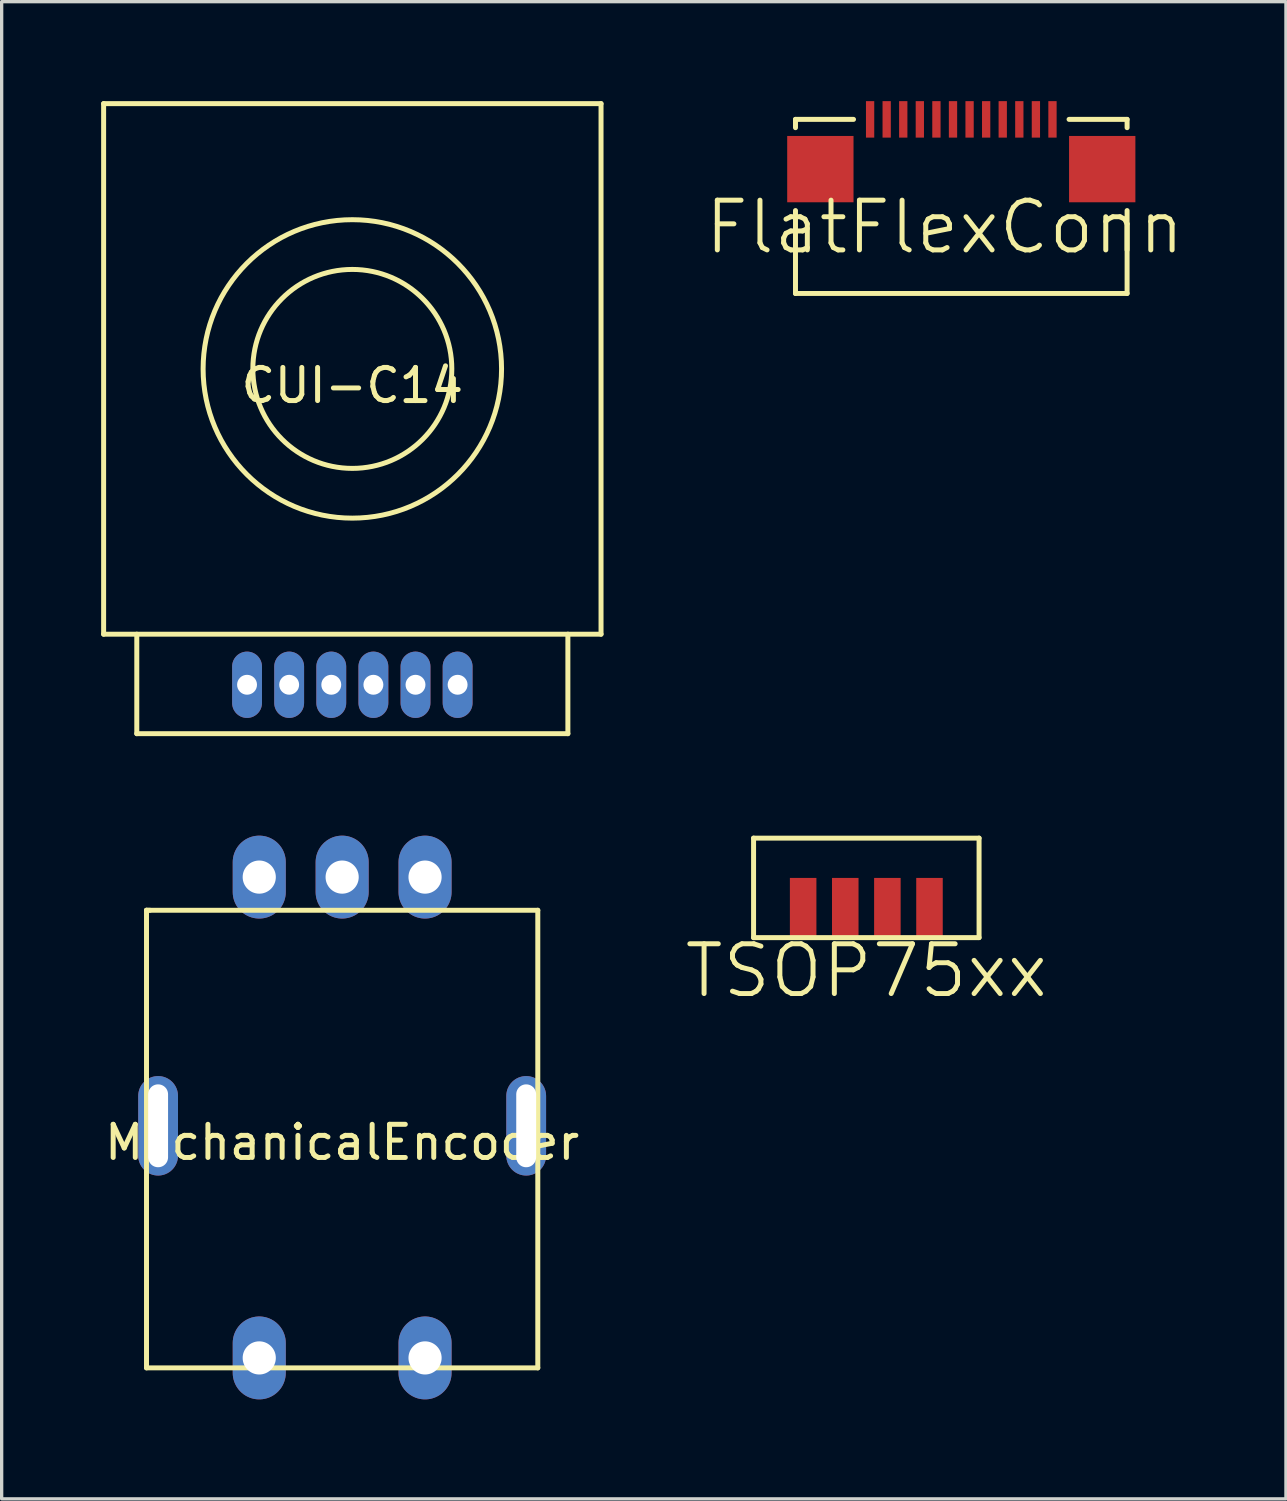
<source format=kicad_pcb>
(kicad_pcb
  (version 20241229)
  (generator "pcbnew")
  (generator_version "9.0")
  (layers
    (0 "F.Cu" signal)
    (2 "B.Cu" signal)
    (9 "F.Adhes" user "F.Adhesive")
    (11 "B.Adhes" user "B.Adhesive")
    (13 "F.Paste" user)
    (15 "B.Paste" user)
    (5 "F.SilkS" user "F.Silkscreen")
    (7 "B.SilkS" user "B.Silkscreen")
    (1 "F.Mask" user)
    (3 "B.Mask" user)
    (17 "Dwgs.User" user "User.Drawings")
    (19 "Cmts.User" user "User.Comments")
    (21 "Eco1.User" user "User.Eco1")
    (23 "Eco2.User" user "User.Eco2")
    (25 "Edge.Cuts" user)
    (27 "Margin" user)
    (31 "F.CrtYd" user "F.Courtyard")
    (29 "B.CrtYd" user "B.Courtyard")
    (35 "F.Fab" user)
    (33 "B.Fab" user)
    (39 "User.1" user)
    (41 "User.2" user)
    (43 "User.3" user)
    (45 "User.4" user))
  (footprint "MechanicalEncoder"
    (layer "F.Cu")
    (at 7.268 30.9)
    (property "Reference" "MechanicalEncoder" (at 0 0.5 0) (layer "F.SilkS") (effects (font (size 1 1) (thickness 0.15))))
    (attr through_hole)
    (fp_line (start -5.9 -6.5) (end -5.8 -6.5) (stroke (width 0.15) (type solid)) (layer "F.SilkS"))
    (fp_line (start -5.9 -6.5) (end 5.9 -6.5) (stroke (width 0.15) (type solid)) (layer "F.SilkS"))
    (fp_line (start -5.9 7.3) (end -5.9 -6.5) (stroke (width 0.15) (type solid)) (layer "F.SilkS"))
    (fp_line (start 5.9 -6.5) (end 5.9 7.3) (stroke (width 0.15) (type solid)) (layer "F.SilkS"))
    (fp_line (start 5.9 7.3) (end -5.9 7.3) (stroke (width 0.15) (type solid)) (layer "F.SilkS"))
    (pad "1" thru_hole oval (at -2.5 -7.5) (size 1.6 2.5) (drill 1) (layers "*.Cu" "*.Mask"))
    (pad "2" thru_hole oval (at 0 -7.5) (size 1.6 2.5) (drill 1) (layers "*.Cu" "*.Mask"))
    (pad "3" thru_hole oval (at 2.5 -7.5) (size 1.6 2.5) (drill 1) (layers "*.Cu" "*.Mask"))
    (pad "4" thru_hole oval (at -2.5 7) (size 1.6 2.5) (drill 1) (layers "*.Cu" "*.Mask"))
    (pad "5" thru_hole oval (at 2.5 7) (size 1.6 2.5) (drill 1) (layers "*.Cu" "*.Mask"))
    (pad "6" thru_hole oval (at -5.55 0) (size 1.2 3) (drill oval 0.6 2.5) (layers "*.Cu" "*.Mask"))
    (pad "6" thru_hole oval (at 5.55 0) (size 1.2 3) (drill oval 0.6 2.5) (layers "*.Cu" "*.Mask")))
  (footprint "TSOP75xx"
    (layer "F.Cu")
    (at 23.075 23.725)
    (property "Reference" "TSOP75xx" (at 0 2.5 180) (layer "F.SilkS") (effects (font (size 1.5 1.5) (thickness 0.15))))
    (attr through_hole)
    (fp_line (start -3.4 -1.5) (end -3.4 1.5) (stroke (width 0.15) (type solid)) (layer "F.SilkS"))
    (fp_line (start -3.4 1.5) (end 3.4 1.5) (stroke (width 0.15) (type solid)) (layer "F.SilkS"))
    (fp_line (start 3.4 -1.5) (end -3.4 -1.5) (stroke (width 0.15) (type solid)) (layer "F.SilkS"))
    (fp_line (start 3.4 1.5) (end 3.4 -1.5) (stroke (width 0.15) (type solid)) (layer "F.SilkS"))
    (pad "1" smd rect (at -1.905 0.6) (size 0.8 1.8) (layers "F.Cu" "F.Mask" "F.Paste"))
    (pad "2" smd rect (at -0.635 0.6) (size 0.8 1.8) (layers "F.Cu" "F.Mask" "F.Paste"))
    (pad "3" smd rect (at 0.635 0.6) (size 0.8 1.8) (layers "F.Cu" "F.Mask" "F.Paste"))
    (pad "4" smd rect (at 1.905 0.6) (size 0.8 1.8) (layers "F.Cu" "F.Mask" "F.Paste")))
  (footprint "FlatFlexConn"
    (layer "F.Cu")
    (at 25.939 1.05)
    (property "Reference" "FlatFlexConn" (at -0.5 2.75 0) (layer "F.SilkS") (effects (font (size 1.5 1.5) (thickness 0.15))))
    (attr through_hole)
    (fp_line (start -5 -0.5) (end -5 -0.25) (stroke (width 0.15) (type solid)) (layer "F.SilkS"))
    (fp_line (start -5 -0.5) (end -3.25 -0.5) (stroke (width 0.15) (type solid)) (layer "F.SilkS"))
    (fp_line (start -5 4.75) (end -5 2.25) (stroke (width 0.15) (type solid)) (layer "F.SilkS"))
    (fp_line (start 3.25 -0.5) (end 5 -0.5) (stroke (width 0.15) (type solid)) (layer "F.SilkS"))
    (fp_line (start 5 -0.5) (end 5 -0.25) (stroke (width 0.15) (type solid)) (layer "F.SilkS"))
    (fp_line (start 5 2.25) (end 5 4.75) (stroke (width 0.15) (type solid)) (layer "F.SilkS"))
    (fp_line (start 5 4.75) (end -5 4.75) (stroke (width 0.15) (type solid)) (layer "F.SilkS"))
    (pad "1" smd rect (at -2.75 -0.5) (size 0.25 1.1) (layers "F.Cu" "F.Mask" "F.Paste"))
    (pad "2" smd rect (at -2.25 -0.5) (size 0.25 1.1) (layers "F.Cu" "F.Mask" "F.Paste"))
    (pad "3" smd rect (at -1.75 -0.5) (size 0.25 1.1) (layers "F.Cu" "F.Mask" "F.Paste"))
    (pad "4" smd rect (at -1.25 -0.5) (size 0.25 1.1) (layers "F.Cu" "F.Mask" "F.Paste"))
    (pad "5" smd rect (at -0.75 -0.5) (size 0.25 1.1) (layers "F.Cu" "F.Mask" "F.Paste"))
    (pad "6" smd rect (at -0.25 -0.5) (size 0.25 1.1) (layers "F.Cu" "F.Mask" "F.Paste"))
    (pad "7" smd rect (at 0.25 -0.5) (size 0.25 1.1) (layers "F.Cu" "F.Mask" "F.Paste"))
    (pad "8" smd rect (at 0.75 -0.5) (size 0.25 1.1) (layers "F.Cu" "F.Mask" "F.Paste"))
    (pad "9" smd rect (at 1.25 -0.5) (size 0.25 1.1) (layers "F.Cu" "F.Mask" "F.Paste"))
    (pad "10" smd rect (at 1.75 -0.5) (size 0.25 1.1) (layers "F.Cu" "F.Mask" "F.Paste"))
    (pad "11" smd rect (at 2.25 -0.5) (size 0.25 1.1) (layers "F.Cu" "F.Mask" "F.Paste"))
    (pad "12" smd rect (at 2.75 -0.5) (size 0.25 1.1) (layers "F.Cu" "F.Mask" "F.Paste"))
    (pad "13" smd rect (at -4.25 1) (size 2 2) (layers "F.Cu" "F.Mask" "F.Paste"))
    (pad "13" smd rect (at 4.25 1) (size 2 2) (layers "F.Cu" "F.Mask" "F.Paste")))
  (footprint "CUI-C14"
    (layer "F.Cu")
    (at 7.575 8.075)
    (property "Reference" "CUI-C14" (at 0 0.5 0) (layer "F.SilkS") (effects (font (size 1 1) (thickness 0.15))))
    (attr through_hole)
    (fp_line (start -7.5 -8) (end 7.5 -8) (stroke (width 0.15) (type solid)) (layer "F.SilkS"))
    (fp_line (start -7.5 8) (end -7.5 -8) (stroke (width 0.15) (type solid)) (layer "F.SilkS"))
    (fp_line (start -6.5 8) (end -6.5 11) (stroke (width 0.15) (type solid)) (layer "F.SilkS"))
    (fp_line (start -6.5 11) (end 6.5 11) (stroke (width 0.15) (type solid)) (layer "F.SilkS"))
    (fp_line (start 6.5 11) (end 6.5 8) (stroke (width 0.15) (type solid)) (layer "F.SilkS"))
    (fp_line (start 7.5 -8) (end 7.5 8) (stroke (width 0.15) (type solid)) (layer "F.SilkS"))
    (fp_line (start 7.5 8) (end -7.5 8) (stroke (width 0.15) (type solid)) (layer "F.SilkS"))
    (fp_circle (center 0 0) (end 3 0) (stroke (width 0.15) (type solid)) (fill no) (layer "F.SilkS"))
    (fp_circle (center 0 0) (end 4.5 0) (stroke (width 0.15) (type solid)) (fill no) (layer "F.SilkS"))
    (pad "1" thru_hole oval (at 3.175 9.525) (size 0.9 2) (drill 0.6) (layers "*.Cu" "*.Mask"))
    (pad "2" thru_hole oval (at 1.905 9.525) (size 0.9 2) (drill 0.6) (layers "*.Cu" "*.Mask"))
    (pad "3" thru_hole oval (at 0.635 9.525) (size 0.9 2) (drill 0.6) (layers "*.Cu" "*.Mask"))
    (pad "4" thru_hole oval (at -0.635 9.525) (size 0.9 2) (drill 0.6) (layers "*.Cu" "*.Mask"))
    (pad "5" thru_hole oval (at -1.905 9.525) (size 0.9 2) (drill 0.6) (layers "*.Cu" "*.Mask"))
    (pad "6" thru_hole oval (at -3.175 9.525) (size 0.9 2) (drill 0.6) (layers "*.Cu" "*.Mask")))
  (gr_rect
    (start -3 -3)
    (end 35.729 42.15)
    (stroke (width 0.1) (type default))
    (fill no)
    (layer "Edge.Cuts")))
</source>
